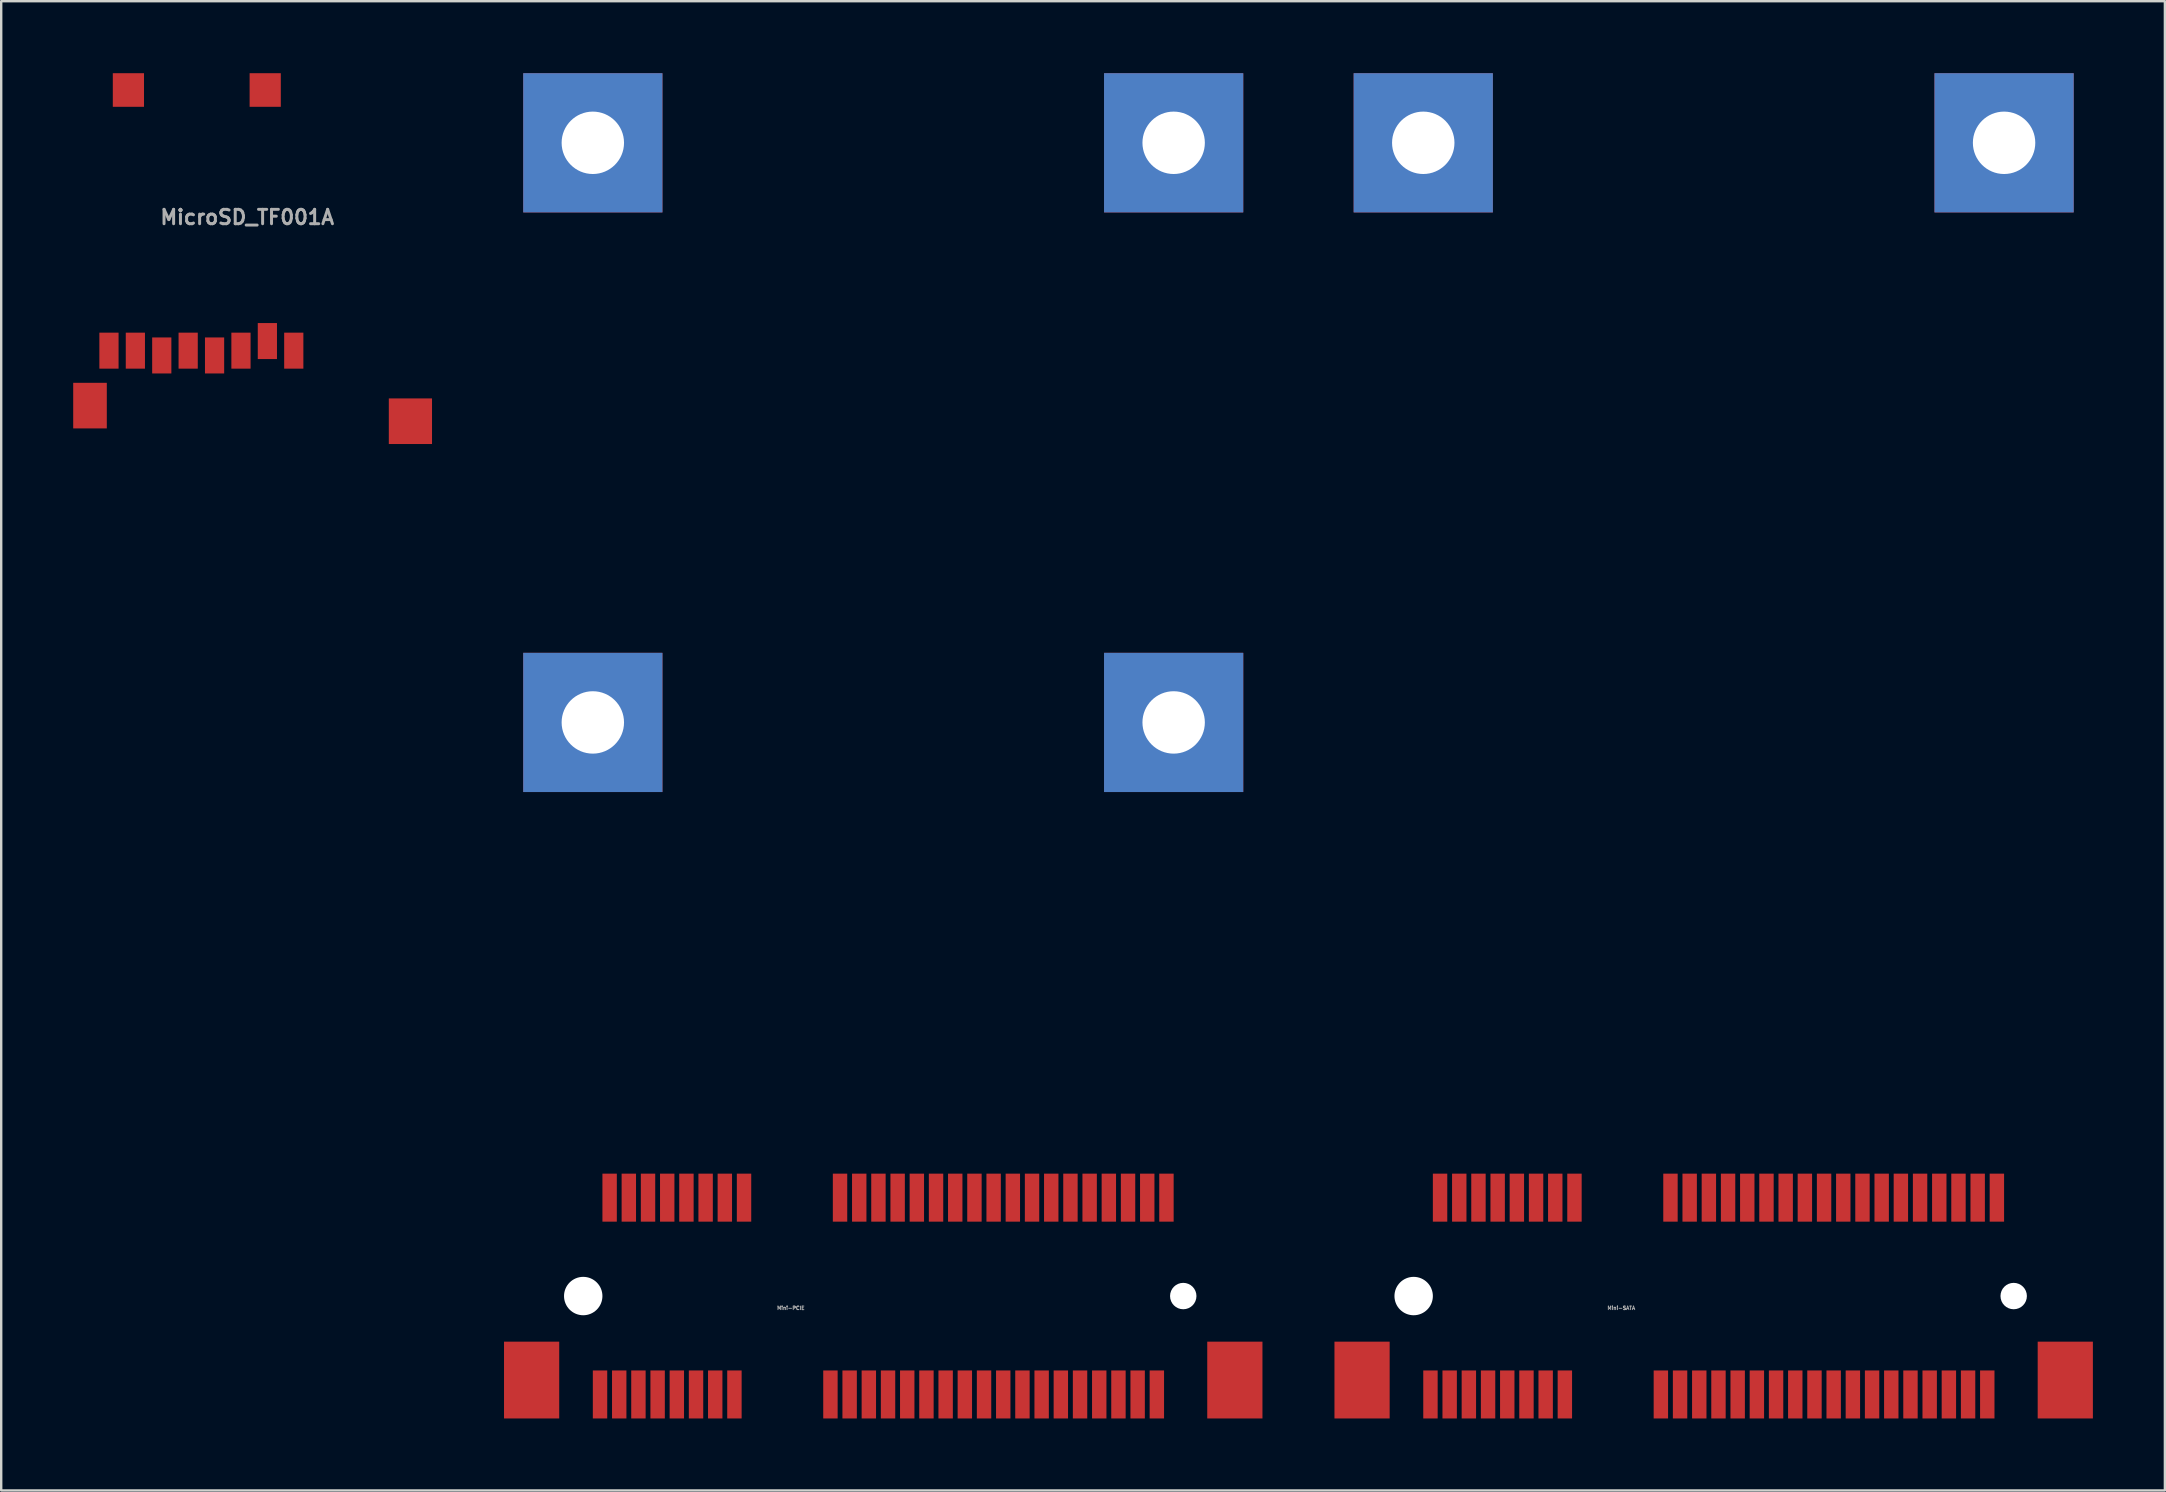
<source format=kicad_pcb>
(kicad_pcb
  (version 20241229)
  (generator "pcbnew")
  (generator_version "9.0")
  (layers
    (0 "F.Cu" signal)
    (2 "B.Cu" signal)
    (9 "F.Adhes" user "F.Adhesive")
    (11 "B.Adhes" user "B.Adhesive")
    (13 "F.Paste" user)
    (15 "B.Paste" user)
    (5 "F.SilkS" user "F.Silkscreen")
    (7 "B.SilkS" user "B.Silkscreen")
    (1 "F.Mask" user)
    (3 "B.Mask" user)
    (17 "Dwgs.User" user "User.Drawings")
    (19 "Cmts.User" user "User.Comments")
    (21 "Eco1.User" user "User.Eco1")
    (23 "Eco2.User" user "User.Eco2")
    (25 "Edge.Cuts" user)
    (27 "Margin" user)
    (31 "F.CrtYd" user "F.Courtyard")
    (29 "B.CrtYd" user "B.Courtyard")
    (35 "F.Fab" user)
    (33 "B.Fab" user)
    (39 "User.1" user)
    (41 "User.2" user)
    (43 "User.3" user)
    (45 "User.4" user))
  (footprint "MicroSD_TF001A"
    (layer "F.Cu")
    (at 7.25 0.3)
    (property "Reference" "MicroSD_TF001A" (at 0 5.7 0) (layer "F.Fab") (effects (font (size 0.599 0.599) (thickness 0.124))))
    (attr smd)
    (fp_line (start -7 0) (end 7 0) (stroke (width 0.001) (type solid)) (layer "F.Fab"))
    (fp_line (start -7 15.2) (end -7 0) (stroke (width 0.001) (type solid)) (layer "F.Fab"))
    (fp_line (start -7 16) (end -7 15.2) (stroke (width 0.001) (type solid)) (layer "F.Fab"))
    (fp_line (start 3.8 15.2) (end 3.8 16) (stroke (width 0.001) (type solid)) (layer "F.Fab"))
    (fp_line (start 3.8 16) (end -7 16) (stroke (width 0.001) (type solid)) (layer "F.Fab"))
    (fp_line (start 7 0) (end 7 15.2) (stroke (width 0.001) (type solid)) (layer "F.Fab"))
    (fp_line (start 7 15.2) (end -7 15.2) (stroke (width 0.001) (type solid)) (layer "F.Fab"))
    (pad "1" smd rect (at 1.94 11.26) (size 0.8 1.5) (layers "F.Cu" "F.Mask" "F.Paste"))
    (pad "2" smd rect (at 0.84 10.86) (size 0.8 1.5) (layers "F.Cu" "F.Mask" "F.Paste"))
    (pad "3" smd rect (at -0.26 11.26) (size 0.8 1.5) (layers "F.Cu" "F.Mask" "F.Paste"))
    (pad "4" smd rect (at -1.36 11.46) (size 0.8 1.5) (layers "F.Cu" "F.Mask" "F.Paste"))
    (pad "5" smd rect (at -2.46 11.26) (size 0.8 1.5) (layers "F.Cu" "F.Mask" "F.Paste"))
    (pad "6" smd rect (at -3.56 11.46) (size 0.8 1.5) (layers "F.Cu" "F.Mask" "F.Paste"))
    (pad "7" smd rect (at -4.66 11.26) (size 0.8 1.5) (layers "F.Cu" "F.Mask" "F.Paste"))
    (pad "8" smd rect (at -5.76 11.26) (size 0.8 1.5) (layers "F.Cu" "F.Mask" "F.Paste"))
    (pad "G" smd rect (at -6.55 13.55) (size 1.4 1.9) (layers "F.Cu" "F.Mask" "F.Paste"))
    (pad "G" smd rect (at 6.8 14.2) (size 1.8 1.9) (layers "F.Cu" "F.Mask" "F.Paste"))
    (pad "S" smd rect (at -4.95 0.4) (size 1.3 1.4) (layers "F.Cu" "F.Mask" "F.Paste"))
    (pad "S" smd rect (at 0.75 0.4) (size 1.3 1.4) (layers "F.Cu" "F.Mask" "F.Paste")))
  (footprint "Mini-PCIE"
    (layer "F.Cu")
    (at 29.9 50.95)
    (property "Reference" "Mini-PCIE" (at 0 0.5 0) (layer "F.Fab") (effects (font (size 0.15 0.15) (thickness 0.037))))
    (attr through_hole)
    (pad "" np_thru_hole circle (at -8.65 0) (size 1.6 1.6) (drill 1.6) (layers "*.Cu" "*.Mask"))
    (pad "" np_thru_hole circle (at 16.35 0) (size 1.1 1.1) (drill 1.1) (layers "*.Cu" "*.Mask"))
    (pad "1" smd rect (at -7.95 4.1) (size 0.6 2) (layers "F.Cu" "F.Mask" "F.Paste"))
    (pad "2" smd rect (at -7.55 -4.1) (size 0.6 2) (layers "F.Cu" "F.Mask" "F.Paste"))
    (pad "3" smd rect (at -7.15 4.1) (size 0.6 2) (layers "F.Cu" "F.Mask" "F.Paste"))
    (pad "4" smd rect (at -6.75 -4.1) (size 0.6 2) (layers "F.Cu" "F.Mask" "F.Paste"))
    (pad "5" smd rect (at -6.35 4.1) (size 0.6 2) (layers "F.Cu" "F.Mask" "F.Paste"))
    (pad "6" smd rect (at -5.95 -4.1) (size 0.6 2) (layers "F.Cu" "F.Mask" "F.Paste"))
    (pad "7" smd rect (at -5.55 4.1) (size 0.6 2) (layers "F.Cu" "F.Mask" "F.Paste"))
    (pad "8" smd rect (at -5.15 -4.1) (size 0.6 2) (layers "F.Cu" "F.Mask" "F.Paste"))
    (pad "9" smd rect (at -4.75 4.1) (size 0.6 2) (layers "F.Cu" "F.Mask" "F.Paste"))
    (pad "10" smd rect (at -4.35 -4.1) (size 0.6 2) (layers "F.Cu" "F.Mask" "F.Paste"))
    (pad "11" smd rect (at -3.95 4.1) (size 0.6 2) (layers "F.Cu" "F.Mask" "F.Paste"))
    (pad "12" smd rect (at -3.55 -4.1) (size 0.6 2) (layers "F.Cu" "F.Mask" "F.Paste"))
    (pad "13" smd rect (at -3.15 4.1) (size 0.6 2) (layers "F.Cu" "F.Mask" "F.Paste"))
    (pad "14" smd rect (at -2.75 -4.1) (size 0.6 2) (layers "F.Cu" "F.Mask" "F.Paste"))
    (pad "15" smd rect (at -2.35 4.1) (size 0.6 2) (layers "F.Cu" "F.Mask" "F.Paste"))
    (pad "16" smd rect (at -1.95 -4.1) (size 0.6 2) (layers "F.Cu" "F.Mask" "F.Paste"))
    (pad "17" smd rect (at 1.65 4.1) (size 0.6 2) (layers "F.Cu" "F.Mask" "F.Paste"))
    (pad "18" smd rect (at 2.05 -4.1) (size 0.6 2) (layers "F.Cu" "F.Mask" "F.Paste"))
    (pad "19" smd rect (at 2.45 4.1) (size 0.6 2) (layers "F.Cu" "F.Mask" "F.Paste"))
    (pad "20" smd rect (at 2.85 -4.1) (size 0.6 2) (layers "F.Cu" "F.Mask" "F.Paste"))
    (pad "21" smd rect (at 3.25 4.1) (size 0.6 2) (layers "F.Cu" "F.Mask" "F.Paste"))
    (pad "22" smd rect (at 3.65 -4.1) (size 0.6 2) (layers "F.Cu" "F.Mask" "F.Paste"))
    (pad "23" smd rect (at 4.05 4.1) (size 0.6 2) (layers "F.Cu" "F.Mask" "F.Paste"))
    (pad "24" smd rect (at 4.45 -4.1) (size 0.6 2) (layers "F.Cu" "F.Mask" "F.Paste"))
    (pad "25" smd rect (at 4.85 4.1) (size 0.6 2) (layers "F.Cu" "F.Mask" "F.Paste"))
    (pad "26" smd rect (at 5.25 -4.1) (size 0.6 2) (layers "F.Cu" "F.Mask" "F.Paste"))
    (pad "27" smd rect (at 5.65 4.1) (size 0.6 2) (layers "F.Cu" "F.Mask" "F.Paste"))
    (pad "28" smd rect (at 6.05 -4.1) (size 0.6 2) (layers "F.Cu" "F.Mask" "F.Paste"))
    (pad "29" smd rect (at 6.45 4.1) (size 0.6 2) (layers "F.Cu" "F.Mask" "F.Paste"))
    (pad "30" smd rect (at 6.85 -4.1) (size 0.6 2) (layers "F.Cu" "F.Mask" "F.Paste"))
    (pad "31" smd rect (at 7.25 4.1) (size 0.6 2) (layers "F.Cu" "F.Mask" "F.Paste"))
    (pad "32" smd rect (at 7.65 -4.1) (size 0.6 2) (layers "F.Cu" "F.Mask" "F.Paste"))
    (pad "33" smd rect (at 8.05 4.1) (size 0.6 2) (layers "F.Cu" "F.Mask" "F.Paste"))
    (pad "34" smd rect (at 8.45 -4.1) (size 0.6 2) (layers "F.Cu" "F.Mask" "F.Paste"))
    (pad "35" smd rect (at 8.85 4.1) (size 0.6 2) (layers "F.Cu" "F.Mask" "F.Paste"))
    (pad "36" smd rect (at 9.25 -4.1) (size 0.6 2) (layers "F.Cu" "F.Mask" "F.Paste"))
    (pad "37" smd rect (at 9.65 4.1) (size 0.6 2) (layers "F.Cu" "F.Mask" "F.Paste"))
    (pad "38" smd rect (at 10.05 -4.1) (size 0.6 2) (layers "F.Cu" "F.Mask" "F.Paste"))
    (pad "39" smd rect (at 10.45 4.1) (size 0.6 2) (layers "F.Cu" "F.Mask" "F.Paste"))
    (pad "40" smd rect (at 10.85 -4.1) (size 0.6 2) (layers "F.Cu" "F.Mask" "F.Paste"))
    (pad "41" smd rect (at 11.25 4.1) (size 0.6 2) (layers "F.Cu" "F.Mask" "F.Paste"))
    (pad "42" smd rect (at 11.65 -4.1) (size 0.6 2) (layers "F.Cu" "F.Mask" "F.Paste"))
    (pad "43" smd rect (at 12.05 4.1) (size 0.6 2) (layers "F.Cu" "F.Mask" "F.Paste"))
    (pad "44" smd rect (at 12.45 -4.1) (size 0.6 2) (layers "F.Cu" "F.Mask" "F.Paste"))
    (pad "45" smd rect (at 12.85 4.1) (size 0.6 2) (layers "F.Cu" "F.Mask" "F.Paste"))
    (pad "46" smd rect (at 13.25 -4.1) (size 0.6 2) (layers "F.Cu" "F.Mask" "F.Paste"))
    (pad "47" smd rect (at 13.65 4.1) (size 0.6 2) (layers "F.Cu" "F.Mask" "F.Paste"))
    (pad "48" smd rect (at 14.05 -4.1) (size 0.6 2) (layers "F.Cu" "F.Mask" "F.Paste"))
    (pad "49" smd rect (at 14.45 4.1) (size 0.6 2) (layers "F.Cu" "F.Mask" "F.Paste"))
    (pad "50" smd rect (at 14.85 -4.1) (size 0.6 2) (layers "F.Cu" "F.Mask" "F.Paste"))
    (pad "51" smd rect (at 15.25 4.1) (size 0.6 2) (layers "F.Cu" "F.Mask" "F.Paste"))
    (pad "52" smd rect (at 15.65 -4.1) (size 0.6 2) (layers "F.Cu" "F.Mask" "F.Paste"))
    (pad "MNT" smd rect (at -10.8 3.5) (size 2.3 3.2) (layers "F.Cu" "F.Mask" "F.Paste"))
    (pad "MNT" thru_hole rect (at -8.25 -48.05) (size 5.8 5.8) (drill 2.6) (layers "*.Cu" "*.Mask"))
    (pad "MNT" thru_hole rect (at -8.25 -23.9) (size 5.8 5.8) (drill 2.6) (layers "*.Cu" "*.Mask"))
    (pad "MNT" thru_hole rect (at 15.95 -48.05) (size 5.8 5.8) (drill 2.6) (layers "*.Cu" "*.Mask"))
    (pad "MNT" thru_hole rect (at 15.95 -23.9) (size 5.8 5.8) (drill 2.6) (layers "*.Cu" "*.Mask"))
    (pad "MNT" smd rect (at 18.5 3.5) (size 2.3 3.2) (layers "F.Cu" "F.Mask" "F.Paste")))
  (footprint "Mini-SATA"
    (layer "F.Cu")
    (at 64.5 50.95)
    (property "Reference" "Mini-SATA" (at 0 0.5 0) (layer "F.Fab") (effects (font (size 0.15 0.15) (thickness 0.037))))
    (attr through_hole)
    (pad "" np_thru_hole circle (at -8.65 0) (size 1.6 1.6) (drill 1.6) (layers "*.Cu" "*.Mask"))
    (pad "" np_thru_hole circle (at 16.35 0) (size 1.1 1.1) (drill 1.1) (layers "*.Cu" "*.Mask"))
    (pad "1" smd rect (at -7.95 4.1) (size 0.6 2) (layers "F.Cu" "F.Mask" "F.Paste"))
    (pad "2" smd rect (at -7.55 -4.1) (size 0.6 2) (layers "F.Cu" "F.Mask" "F.Paste"))
    (pad "3" smd rect (at -7.15 4.1) (size 0.6 2) (layers "F.Cu" "F.Mask" "F.Paste"))
    (pad "4" smd rect (at -6.75 -4.1) (size 0.6 2) (layers "F.Cu" "F.Mask" "F.Paste"))
    (pad "5" smd rect (at -6.35 4.1) (size 0.6 2) (layers "F.Cu" "F.Mask" "F.Paste"))
    (pad "6" smd rect (at -5.95 -4.1) (size 0.6 2) (layers "F.Cu" "F.Mask" "F.Paste"))
    (pad "7" smd rect (at -5.55 4.1) (size 0.6 2) (layers "F.Cu" "F.Mask" "F.Paste"))
    (pad "8" smd rect (at -5.15 -4.1) (size 0.6 2) (layers "F.Cu" "F.Mask" "F.Paste"))
    (pad "9" smd rect (at -4.75 4.1) (size 0.6 2) (layers "F.Cu" "F.Mask" "F.Paste"))
    (pad "10" smd rect (at -4.35 -4.1) (size 0.6 2) (layers "F.Cu" "F.Mask" "F.Paste"))
    (pad "11" smd rect (at -3.95 4.1) (size 0.6 2) (layers "F.Cu" "F.Mask" "F.Paste"))
    (pad "12" smd rect (at -3.55 -4.1) (size 0.6 2) (layers "F.Cu" "F.Mask" "F.Paste"))
    (pad "13" smd rect (at -3.15 4.1) (size 0.6 2) (layers "F.Cu" "F.Mask" "F.Paste"))
    (pad "14" smd rect (at -2.75 -4.1) (size 0.6 2) (layers "F.Cu" "F.Mask" "F.Paste"))
    (pad "15" smd rect (at -2.35 4.1) (size 0.6 2) (layers "F.Cu" "F.Mask" "F.Paste"))
    (pad "16" smd rect (at -1.95 -4.1) (size 0.6 2) (layers "F.Cu" "F.Mask" "F.Paste"))
    (pad "17" smd rect (at 1.65 4.1) (size 0.6 2) (layers "F.Cu" "F.Mask" "F.Paste"))
    (pad "18" smd rect (at 2.05 -4.1) (size 0.6 2) (layers "F.Cu" "F.Mask" "F.Paste"))
    (pad "19" smd rect (at 2.45 4.1) (size 0.6 2) (layers "F.Cu" "F.Mask" "F.Paste"))
    (pad "20" smd rect (at 2.85 -4.1) (size 0.6 2) (layers "F.Cu" "F.Mask" "F.Paste"))
    (pad "21" smd rect (at 3.25 4.1) (size 0.6 2) (layers "F.Cu" "F.Mask" "F.Paste"))
    (pad "22" smd rect (at 3.65 -4.1) (size 0.6 2) (layers "F.Cu" "F.Mask" "F.Paste"))
    (pad "23" smd rect (at 4.05 4.1) (size 0.6 2) (layers "F.Cu" "F.Mask" "F.Paste"))
    (pad "24" smd rect (at 4.45 -4.1) (size 0.6 2) (layers "F.Cu" "F.Mask" "F.Paste"))
    (pad "25" smd rect (at 4.85 4.1) (size 0.6 2) (layers "F.Cu" "F.Mask" "F.Paste"))
    (pad "26" smd rect (at 5.25 -4.1) (size 0.6 2) (layers "F.Cu" "F.Mask" "F.Paste"))
    (pad "27" smd rect (at 5.65 4.1) (size 0.6 2) (layers "F.Cu" "F.Mask" "F.Paste"))
    (pad "28" smd rect (at 6.05 -4.1) (size 0.6 2) (layers "F.Cu" "F.Mask" "F.Paste"))
    (pad "29" smd rect (at 6.45 4.1) (size 0.6 2) (layers "F.Cu" "F.Mask" "F.Paste"))
    (pad "30" smd rect (at 6.85 -4.1) (size 0.6 2) (layers "F.Cu" "F.Mask" "F.Paste"))
    (pad "31" smd rect (at 7.25 4.1) (size 0.6 2) (layers "F.Cu" "F.Mask" "F.Paste"))
    (pad "32" smd rect (at 7.65 -4.1) (size 0.6 2) (layers "F.Cu" "F.Mask" "F.Paste"))
    (pad "33" smd rect (at 8.05 4.1) (size 0.6 2) (layers "F.Cu" "F.Mask" "F.Paste"))
    (pad "34" smd rect (at 8.45 -4.1) (size 0.6 2) (layers "F.Cu" "F.Mask" "F.Paste"))
    (pad "35" smd rect (at 8.85 4.1) (size 0.6 2) (layers "F.Cu" "F.Mask" "F.Paste"))
    (pad "36" smd rect (at 9.25 -4.1) (size 0.6 2) (layers "F.Cu" "F.Mask" "F.Paste"))
    (pad "37" smd rect (at 9.65 4.1) (size 0.6 2) (layers "F.Cu" "F.Mask" "F.Paste"))
    (pad "38" smd rect (at 10.05 -4.1) (size 0.6 2) (layers "F.Cu" "F.Mask" "F.Paste"))
    (pad "39" smd rect (at 10.45 4.1) (size 0.6 2) (layers "F.Cu" "F.Mask" "F.Paste"))
    (pad "40" smd rect (at 10.85 -4.1) (size 0.6 2) (layers "F.Cu" "F.Mask" "F.Paste"))
    (pad "41" smd rect (at 11.25 4.1) (size 0.6 2) (layers "F.Cu" "F.Mask" "F.Paste"))
    (pad "42" smd rect (at 11.65 -4.1) (size 0.6 2) (layers "F.Cu" "F.Mask" "F.Paste"))
    (pad "43" smd rect (at 12.05 4.1) (size 0.6 2) (layers "F.Cu" "F.Mask" "F.Paste"))
    (pad "44" smd rect (at 12.45 -4.1) (size 0.6 2) (layers "F.Cu" "F.Mask" "F.Paste"))
    (pad "45" smd rect (at 12.85 4.1) (size 0.6 2) (layers "F.Cu" "F.Mask" "F.Paste"))
    (pad "46" smd rect (at 13.25 -4.1) (size 0.6 2) (layers "F.Cu" "F.Mask" "F.Paste"))
    (pad "47" smd rect (at 13.65 4.1) (size 0.6 2) (layers "F.Cu" "F.Mask" "F.Paste"))
    (pad "48" smd rect (at 14.05 -4.1) (size 0.6 2) (layers "F.Cu" "F.Mask" "F.Paste"))
    (pad "49" smd rect (at 14.45 4.1) (size 0.6 2) (layers "F.Cu" "F.Mask" "F.Paste"))
    (pad "50" smd rect (at 14.85 -4.1) (size 0.6 2) (layers "F.Cu" "F.Mask" "F.Paste"))
    (pad "51" smd rect (at 15.25 4.1) (size 0.6 2) (layers "F.Cu" "F.Mask" "F.Paste"))
    (pad "52" smd rect (at 15.65 -4.1) (size 0.6 2) (layers "F.Cu" "F.Mask" "F.Paste"))
    (pad "MNT" smd rect (at -10.8 3.5) (size 2.3 3.2) (layers "F.Cu" "F.Mask" "F.Paste"))
    (pad "MNT" thru_hole rect (at -8.25 -48.05) (size 5.8 5.8) (drill 2.6) (layers "*.Cu" "*.Mask"))
    (pad "MNT" thru_hole rect (at 15.95 -48.05) (size 5.8 5.8) (drill 2.6) (layers "*.Cu" "*.Mask"))
    (pad "MNT" smd rect (at 18.5 3.5) (size 2.3 3.2) (layers "F.Cu" "F.Mask" "F.Paste")))
  (gr_rect
    (start -3 -3)
    (end 87.15 59.05)
    (stroke (width 0.1) (type default))
    (fill no)
    (layer "Edge.Cuts")))
</source>
